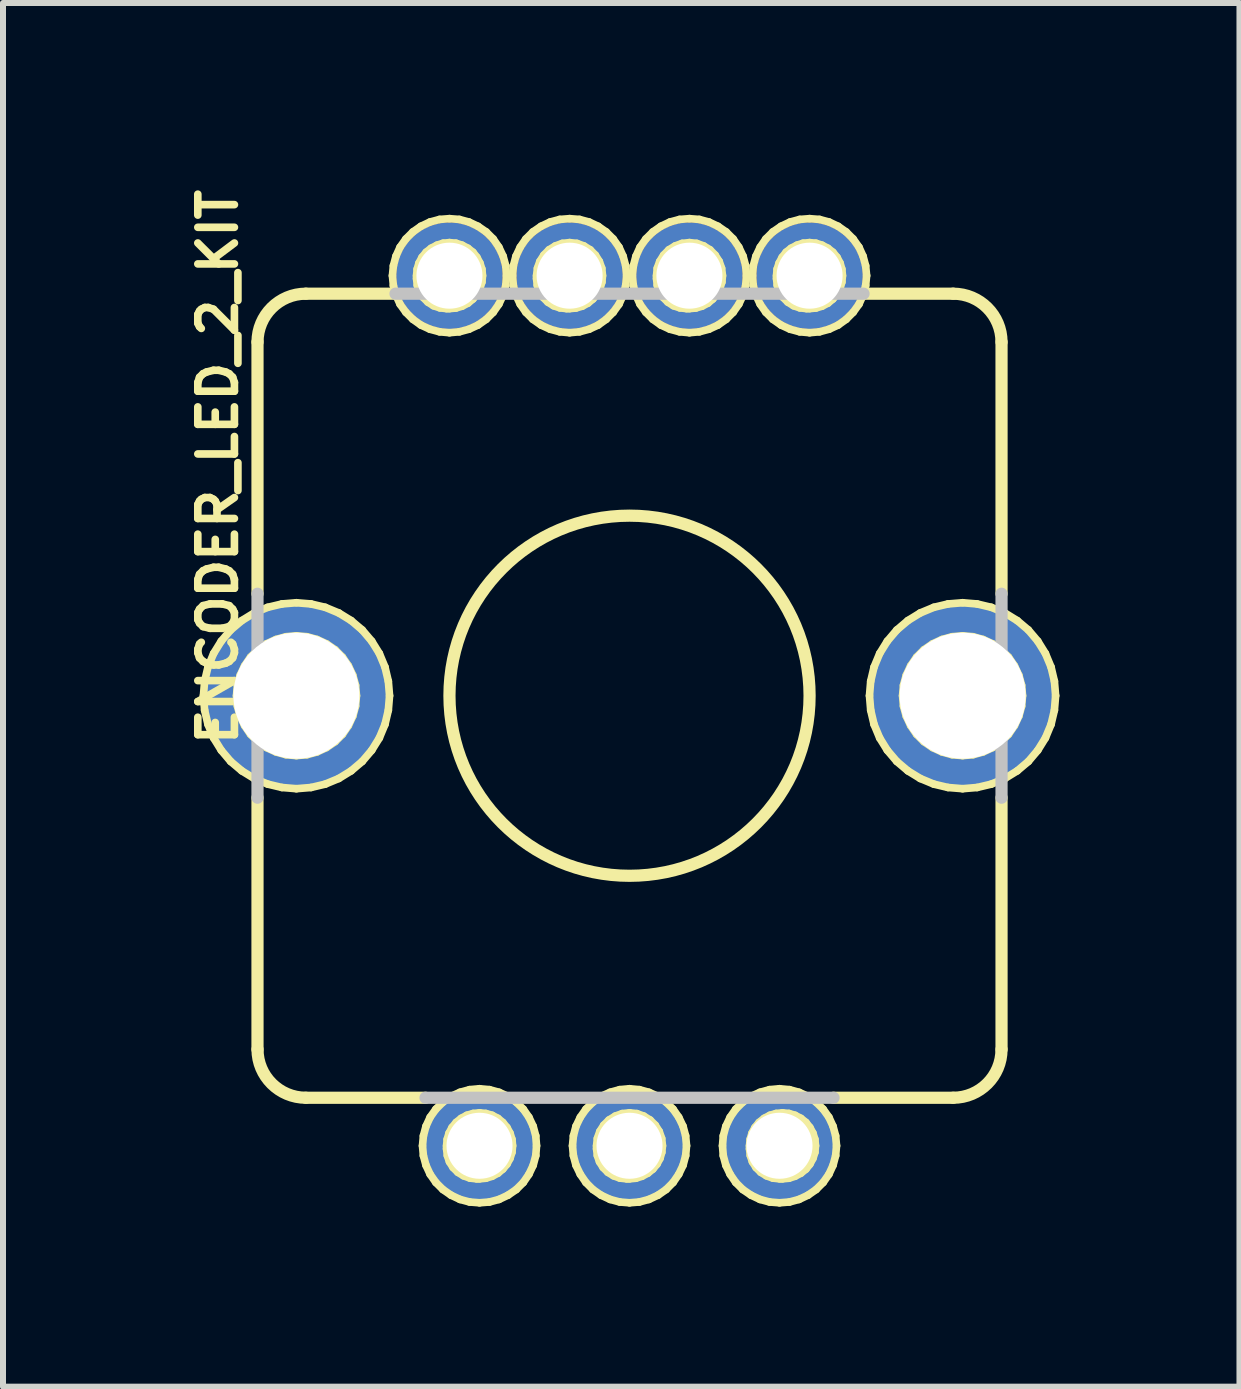
<source format=kicad_pcb>
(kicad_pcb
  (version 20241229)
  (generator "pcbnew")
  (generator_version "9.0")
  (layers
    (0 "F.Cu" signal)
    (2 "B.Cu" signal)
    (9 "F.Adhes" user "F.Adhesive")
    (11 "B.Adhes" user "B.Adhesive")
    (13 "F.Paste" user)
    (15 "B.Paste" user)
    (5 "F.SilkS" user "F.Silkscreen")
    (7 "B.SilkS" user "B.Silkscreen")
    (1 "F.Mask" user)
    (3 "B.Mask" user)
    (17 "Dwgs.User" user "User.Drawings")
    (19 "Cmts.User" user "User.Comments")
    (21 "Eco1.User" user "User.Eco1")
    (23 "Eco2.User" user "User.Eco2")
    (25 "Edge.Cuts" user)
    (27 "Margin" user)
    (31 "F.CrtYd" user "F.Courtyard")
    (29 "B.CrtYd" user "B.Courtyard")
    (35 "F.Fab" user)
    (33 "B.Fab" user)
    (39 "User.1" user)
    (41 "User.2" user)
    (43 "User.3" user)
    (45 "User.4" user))
  (footprint "ENCODER_LED_2_KIT"
    (layer "F.Cu")
    (at 7.438 8.541)
    (property "Reference" "ENCODER_LED_2_KIT" (at -6.858 -3.81 90) (layer "F.SilkS") (effects (font (size 0.61 0.61) (thickness 0.127))))
    (attr exclude_from_pos_files exclude_from_bom)
    (fp_line (start -7.099 0) (end -7.079 -0.241) (stroke (width 0.127) (type solid)) (layer "F.SilkS"))
    (fp_line (start -7.079 -0.241) (end -7.023 -0.478) (stroke (width 0.127) (type solid)) (layer "F.SilkS"))
    (fp_line (start -7.079 0.241) (end -7.099 0) (stroke (width 0.127) (type solid)) (layer "F.SilkS"))
    (fp_line (start -7.023 -0.478) (end -6.929 -0.704) (stroke (width 0.127) (type solid)) (layer "F.SilkS"))
    (fp_line (start -7.023 0.478) (end -7.079 0.241) (stroke (width 0.127) (type solid)) (layer "F.SilkS"))
    (fp_line (start -6.929 -0.704) (end -6.802 -0.909) (stroke (width 0.127) (type solid)) (layer "F.SilkS"))
    (fp_line (start -6.929 0.704) (end -7.023 0.478) (stroke (width 0.127) (type solid)) (layer "F.SilkS"))
    (fp_line (start -6.802 -0.909) (end -6.645 -1.095) (stroke (width 0.127) (type solid)) (layer "F.SilkS"))
    (fp_line (start -6.802 0.909) (end -6.929 0.704) (stroke (width 0.127) (type solid)) (layer "F.SilkS"))
    (fp_line (start -6.645 -1.095) (end -6.459 -1.252) (stroke (width 0.127) (type solid)) (layer "F.SilkS"))
    (fp_line (start -6.645 1.095) (end -6.802 0.909) (stroke (width 0.127) (type solid)) (layer "F.SilkS"))
    (fp_line (start -6.548 0) (end -6.533 0.173) (stroke (width 0.127) (type solid)) (layer "F.SilkS"))
    (fp_line (start -6.533 -0.173) (end -6.548 0) (stroke (width 0.127) (type solid)) (layer "F.SilkS"))
    (fp_line (start -6.533 0.173) (end -6.487 0.34) (stroke (width 0.127) (type solid)) (layer "F.SilkS"))
    (fp_line (start -6.487 -0.34) (end -6.533 -0.173) (stroke (width 0.127) (type solid)) (layer "F.SilkS"))
    (fp_line (start -6.487 0.34) (end -6.413 0.498) (stroke (width 0.127) (type solid)) (layer "F.SilkS"))
    (fp_line (start -6.459 -1.252) (end -6.253 -1.379) (stroke (width 0.127) (type solid)) (layer "F.SilkS"))
    (fp_line (start -6.459 1.252) (end -6.645 1.095) (stroke (width 0.127) (type solid)) (layer "F.SilkS"))
    (fp_line (start -6.413 -0.498) (end -6.487 -0.34) (stroke (width 0.127) (type solid)) (layer "F.SilkS"))
    (fp_line (start -6.413 0.498) (end -6.314 0.643) (stroke (width 0.127) (type solid)) (layer "F.SilkS"))
    (fp_line (start -6.314 -0.643) (end -6.413 -0.498) (stroke (width 0.127) (type solid)) (layer "F.SilkS"))
    (fp_line (start -6.314 0.643) (end -6.193 0.765) (stroke (width 0.127) (type solid)) (layer "F.SilkS"))
    (fp_line (start -6.253 -1.379) (end -6.027 -1.473) (stroke (width 0.127) (type solid)) (layer "F.SilkS"))
    (fp_line (start -6.253 1.379) (end -6.459 1.252) (stroke (width 0.127) (type solid)) (layer "F.SilkS"))
    (fp_line (start -6.198 -1.699) (end -6.198 -5.893) (stroke (width 0.203) (type solid)) (layer "F.SilkS"))
    (fp_line (start -6.198 1.699) (end -6.198 5.893) (stroke (width 0.203) (type solid)) (layer "F.SilkS"))
    (fp_line (start -6.193 -0.765) (end -6.314 -0.643) (stroke (width 0.127) (type solid)) (layer "F.SilkS"))
    (fp_line (start -6.193 0.765) (end -6.048 0.864) (stroke (width 0.127) (type solid)) (layer "F.SilkS"))
    (fp_line (start -6.048 -0.864) (end -6.193 -0.765) (stroke (width 0.127) (type solid)) (layer "F.SilkS"))
    (fp_line (start -6.048 0.864) (end -5.89 0.937) (stroke (width 0.127) (type solid)) (layer "F.SilkS"))
    (fp_line (start -6.027 -1.473) (end -5.791 -1.529) (stroke (width 0.127) (type solid)) (layer "F.SilkS"))
    (fp_line (start -6.027 1.473) (end -6.253 1.379) (stroke (width 0.127) (type solid)) (layer "F.SilkS"))
    (fp_line (start -5.89 -0.937) (end -6.048 -0.864) (stroke (width 0.127) (type solid)) (layer "F.SilkS"))
    (fp_line (start -5.89 0.937) (end -5.723 0.983) (stroke (width 0.127) (type solid)) (layer "F.SilkS"))
    (fp_line (start -5.791 -1.529) (end -5.55 -1.549) (stroke (width 0.127) (type solid)) (layer "F.SilkS"))
    (fp_line (start -5.791 1.529) (end -6.027 1.473) (stroke (width 0.127) (type solid)) (layer "F.SilkS"))
    (fp_line (start -5.723 -0.983) (end -5.89 -0.937) (stroke (width 0.127) (type solid)) (layer "F.SilkS"))
    (fp_line (start -5.723 0.983) (end -5.55 0.998) (stroke (width 0.127) (type solid)) (layer "F.SilkS"))
    (fp_line (start -5.55 -1.549) (end -5.306 -1.529) (stroke (width 0.127) (type solid)) (layer "F.SilkS"))
    (fp_line (start -5.55 -0.998) (end -5.723 -0.983) (stroke (width 0.127) (type solid)) (layer "F.SilkS"))
    (fp_line (start -5.55 0.998) (end -5.375 0.983) (stroke (width 0.127) (type solid)) (layer "F.SilkS"))
    (fp_line (start -5.55 1.549) (end -5.791 1.529) (stroke (width 0.127) (type solid)) (layer "F.SilkS"))
    (fp_line (start -5.392 -6.698) (end -3.899 -6.698) (stroke (width 0.203) (type solid)) (layer "F.SilkS"))
    (fp_line (start -5.392 6.698) (end -3.399 6.698) (stroke (width 0.203) (type solid)) (layer "F.SilkS"))
    (fp_line (start -5.375 -0.983) (end -5.55 -0.998) (stroke (width 0.127) (type solid)) (layer "F.SilkS"))
    (fp_line (start -5.375 0.983) (end -5.207 0.937) (stroke (width 0.127) (type solid)) (layer "F.SilkS"))
    (fp_line (start -5.306 -1.529) (end -5.07 -1.473) (stroke (width 0.127) (type solid)) (layer "F.SilkS"))
    (fp_line (start -5.306 1.529) (end -5.55 1.549) (stroke (width 0.127) (type solid)) (layer "F.SilkS"))
    (fp_line (start -5.207 -0.937) (end -5.375 -0.983) (stroke (width 0.127) (type solid)) (layer "F.SilkS"))
    (fp_line (start -5.207 0.937) (end -5.05 0.864) (stroke (width 0.127) (type solid)) (layer "F.SilkS"))
    (fp_line (start -5.07 -1.473) (end -4.844 -1.379) (stroke (width 0.127) (type solid)) (layer "F.SilkS"))
    (fp_line (start -5.07 1.473) (end -5.306 1.529) (stroke (width 0.127) (type solid)) (layer "F.SilkS"))
    (fp_line (start -5.05 -0.864) (end -5.207 -0.937) (stroke (width 0.127) (type solid)) (layer "F.SilkS"))
    (fp_line (start -5.05 0.864) (end -4.905 0.765) (stroke (width 0.127) (type solid)) (layer "F.SilkS"))
    (fp_line (start -4.905 -0.765) (end -5.05 -0.864) (stroke (width 0.127) (type solid)) (layer "F.SilkS"))
    (fp_line (start -4.905 0.765) (end -4.783 0.643) (stroke (width 0.127) (type solid)) (layer "F.SilkS"))
    (fp_line (start -4.844 -1.379) (end -4.638 -1.252) (stroke (width 0.127) (type solid)) (layer "F.SilkS"))
    (fp_line (start -4.844 1.379) (end -5.07 1.473) (stroke (width 0.127) (type solid)) (layer "F.SilkS"))
    (fp_line (start -4.783 -0.643) (end -4.905 -0.765) (stroke (width 0.127) (type solid)) (layer "F.SilkS"))
    (fp_line (start -4.783 0.643) (end -4.684 0.498) (stroke (width 0.127) (type solid)) (layer "F.SilkS"))
    (fp_line (start -4.684 -0.498) (end -4.783 -0.643) (stroke (width 0.127) (type solid)) (layer "F.SilkS"))
    (fp_line (start -4.684 0.498) (end -4.61 0.34) (stroke (width 0.127) (type solid)) (layer "F.SilkS"))
    (fp_line (start -4.638 -1.252) (end -4.453 -1.095) (stroke (width 0.127) (type solid)) (layer "F.SilkS"))
    (fp_line (start -4.638 1.252) (end -4.844 1.379) (stroke (width 0.127) (type solid)) (layer "F.SilkS"))
    (fp_line (start -4.61 -0.34) (end -4.684 -0.498) (stroke (width 0.127) (type solid)) (layer "F.SilkS"))
    (fp_line (start -4.61 0.34) (end -4.564 0.173) (stroke (width 0.127) (type solid)) (layer "F.SilkS"))
    (fp_line (start -4.564 -0.173) (end -4.61 -0.34) (stroke (width 0.127) (type solid)) (layer "F.SilkS"))
    (fp_line (start -4.564 0.173) (end -4.549 0) (stroke (width 0.127) (type solid)) (layer "F.SilkS"))
    (fp_line (start -4.549 0) (end -4.564 -0.173) (stroke (width 0.127) (type solid)) (layer "F.SilkS"))
    (fp_line (start -4.453 -1.095) (end -4.295 -0.909) (stroke (width 0.127) (type solid)) (layer "F.SilkS"))
    (fp_line (start -4.453 1.095) (end -4.638 1.252) (stroke (width 0.127) (type solid)) (layer "F.SilkS"))
    (fp_line (start -4.295 -0.909) (end -4.168 -0.704) (stroke (width 0.127) (type solid)) (layer "F.SilkS"))
    (fp_line (start -4.295 0.909) (end -4.453 1.095) (stroke (width 0.127) (type solid)) (layer "F.SilkS"))
    (fp_line (start -4.168 -0.704) (end -4.074 -0.478) (stroke (width 0.127) (type solid)) (layer "F.SilkS"))
    (fp_line (start -4.168 0.704) (end -4.295 0.909) (stroke (width 0.127) (type solid)) (layer "F.SilkS"))
    (fp_line (start -4.074 -0.478) (end -4.018 -0.241) (stroke (width 0.127) (type solid)) (layer "F.SilkS"))
    (fp_line (start -4.074 0.478) (end -4.168 0.704) (stroke (width 0.127) (type solid)) (layer "F.SilkS"))
    (fp_line (start -4.018 -0.241) (end -3.998 0) (stroke (width 0.127) (type solid)) (layer "F.SilkS"))
    (fp_line (start -4.018 0.241) (end -4.074 0.478) (stroke (width 0.127) (type solid)) (layer "F.SilkS"))
    (fp_line (start -3.998 0) (end -4.018 0.241) (stroke (width 0.127) (type solid)) (layer "F.SilkS"))
    (fp_line (start -3.95 -6.998) (end -3.934 -6.833) (stroke (width 0.127) (type solid)) (layer "F.SilkS"))
    (fp_line (start -3.934 -7.163) (end -3.95 -6.998) (stroke (width 0.127) (type solid)) (layer "F.SilkS"))
    (fp_line (start -3.934 -6.833) (end -3.891 -6.673) (stroke (width 0.127) (type solid)) (layer "F.SilkS"))
    (fp_line (start -3.891 -7.323) (end -3.934 -7.163) (stroke (width 0.127) (type solid)) (layer "F.SilkS"))
    (fp_line (start -3.891 -6.673) (end -3.823 -6.523) (stroke (width 0.127) (type solid)) (layer "F.SilkS"))
    (fp_line (start -3.823 -7.473) (end -3.891 -7.323) (stroke (width 0.127) (type solid)) (layer "F.SilkS"))
    (fp_line (start -3.823 -6.523) (end -3.726 -6.388) (stroke (width 0.127) (type solid)) (layer "F.SilkS"))
    (fp_line (start -3.726 -7.61) (end -3.823 -7.473) (stroke (width 0.127) (type solid)) (layer "F.SilkS"))
    (fp_line (start -3.726 -6.388) (end -3.609 -6.271) (stroke (width 0.127) (type solid)) (layer "F.SilkS"))
    (fp_line (start -3.609 -7.727) (end -3.726 -7.61) (stroke (width 0.127) (type solid)) (layer "F.SilkS"))
    (fp_line (start -3.609 -6.271) (end -3.475 -6.175) (stroke (width 0.127) (type solid)) (layer "F.SilkS"))
    (fp_line (start -3.548 -6.998) (end -3.548 -6.949) (stroke (width 0.127) (type solid)) (layer "F.SilkS"))
    (fp_line (start -3.548 -6.949) (end -3.536 -6.838) (stroke (width 0.127) (type solid)) (layer "F.SilkS"))
    (fp_line (start -3.538 -7.107) (end -3.548 -6.998) (stroke (width 0.127) (type solid)) (layer "F.SilkS"))
    (fp_line (start -3.536 -6.838) (end -3.5 -6.731) (stroke (width 0.127) (type solid)) (layer "F.SilkS"))
    (fp_line (start -3.508 -7.209) (end -3.538 -7.107) (stroke (width 0.127) (type solid)) (layer "F.SilkS"))
    (fp_line (start -3.5 -6.731) (end -3.439 -6.637) (stroke (width 0.127) (type solid)) (layer "F.SilkS"))
    (fp_line (start -3.475 -7.821) (end -3.609 -7.727) (stroke (width 0.127) (type solid)) (layer "F.SilkS"))
    (fp_line (start -3.475 -6.175) (end -3.325 -6.106) (stroke (width 0.127) (type solid)) (layer "F.SilkS"))
    (fp_line (start -3.457 -7.305) (end -3.508 -7.209) (stroke (width 0.127) (type solid)) (layer "F.SilkS"))
    (fp_line (start -3.449 7.498) (end -3.434 7.663) (stroke (width 0.127) (type solid)) (layer "F.SilkS"))
    (fp_line (start -3.439 -6.637) (end -3.36 -6.558) (stroke (width 0.127) (type solid)) (layer "F.SilkS"))
    (fp_line (start -3.434 7.333) (end -3.449 7.498) (stroke (width 0.127) (type solid)) (layer "F.SilkS"))
    (fp_line (start -3.434 7.663) (end -3.391 7.823) (stroke (width 0.127) (type solid)) (layer "F.SilkS"))
    (fp_line (start -3.391 7.173) (end -3.434 7.333) (stroke (width 0.127) (type solid)) (layer "F.SilkS"))
    (fp_line (start -3.391 7.823) (end -3.322 7.973) (stroke (width 0.127) (type solid)) (layer "F.SilkS"))
    (fp_line (start -3.388 -7.389) (end -3.457 -7.305) (stroke (width 0.127) (type solid)) (layer "F.SilkS"))
    (fp_line (start -3.36 -6.558) (end -3.266 -6.497) (stroke (width 0.127) (type solid)) (layer "F.SilkS"))
    (fp_line (start -3.325 -7.892) (end -3.475 -7.821) (stroke (width 0.127) (type solid)) (layer "F.SilkS"))
    (fp_line (start -3.325 -6.106) (end -3.165 -6.063) (stroke (width 0.127) (type solid)) (layer "F.SilkS"))
    (fp_line (start -3.322 7.023) (end -3.391 7.173) (stroke (width 0.127) (type solid)) (layer "F.SilkS"))
    (fp_line (start -3.322 7.973) (end -3.226 8.11) (stroke (width 0.127) (type solid)) (layer "F.SilkS"))
    (fp_line (start -3.305 -7.455) (end -3.388 -7.389) (stroke (width 0.127) (type solid)) (layer "F.SilkS"))
    (fp_line (start -3.266 -6.497) (end -3.16 -6.462) (stroke (width 0.127) (type solid)) (layer "F.SilkS"))
    (fp_line (start -3.226 6.888) (end -3.322 7.023) (stroke (width 0.127) (type solid)) (layer "F.SilkS"))
    (fp_line (start -3.226 8.11) (end -3.109 8.227) (stroke (width 0.127) (type solid)) (layer "F.SilkS"))
    (fp_line (start -3.208 -7.506) (end -3.305 -7.455) (stroke (width 0.127) (type solid)) (layer "F.SilkS"))
    (fp_line (start -3.165 -7.935) (end -3.325 -7.892) (stroke (width 0.127) (type solid)) (layer "F.SilkS"))
    (fp_line (start -3.165 -6.063) (end -3 -6.048) (stroke (width 0.127) (type solid)) (layer "F.SilkS"))
    (fp_line (start -3.16 -6.462) (end -3.048 -6.449) (stroke (width 0.127) (type solid)) (layer "F.SilkS"))
    (fp_line (start -3.109 6.772) (end -3.226 6.888) (stroke (width 0.127) (type solid)) (layer "F.SilkS"))
    (fp_line (start -3.109 8.227) (end -2.974 8.321) (stroke (width 0.127) (type solid)) (layer "F.SilkS"))
    (fp_line (start -3.106 -7.539) (end -3.208 -7.506) (stroke (width 0.127) (type solid)) (layer "F.SilkS"))
    (fp_line (start -3.048 -6.449) (end -3 -6.449) (stroke (width 0.127) (type solid)) (layer "F.SilkS"))
    (fp_line (start -3.048 7.498) (end -3.048 7.549) (stroke (width 0.127) (type solid)) (layer "F.SilkS"))
    (fp_line (start -3.048 7.549) (end -3.035 7.661) (stroke (width 0.127) (type solid)) (layer "F.SilkS"))
    (fp_line (start -3.038 7.391) (end -3.048 7.498) (stroke (width 0.127) (type solid)) (layer "F.SilkS"))
    (fp_line (start -3.035 7.661) (end -3 7.765) (stroke (width 0.127) (type solid)) (layer "F.SilkS"))
    (fp_line (start -3.007 7.287) (end -3.038 7.391) (stroke (width 0.127) (type solid)) (layer "F.SilkS"))
    (fp_line (start -3 -7.948) (end -3.165 -7.935) (stroke (width 0.127) (type solid)) (layer "F.SilkS"))
    (fp_line (start -3 -7.549) (end -3.106 -7.539) (stroke (width 0.127) (type solid)) (layer "F.SilkS"))
    (fp_line (start -3 -6.449) (end -2.891 -6.459) (stroke (width 0.127) (type solid)) (layer "F.SilkS"))
    (fp_line (start -3 -6.048) (end -2.835 -6.063) (stroke (width 0.127) (type solid)) (layer "F.SilkS"))
    (fp_line (start -3 7.765) (end -2.939 7.861) (stroke (width 0.127) (type solid)) (layer "F.SilkS"))
    (fp_line (start -2.974 6.675) (end -3.109 6.772) (stroke (width 0.127) (type solid)) (layer "F.SilkS"))
    (fp_line (start -2.974 8.321) (end -2.824 8.392) (stroke (width 0.127) (type solid)) (layer "F.SilkS"))
    (fp_line (start -2.957 7.193) (end -3.007 7.287) (stroke (width 0.127) (type solid)) (layer "F.SilkS"))
    (fp_line (start -2.939 7.861) (end -2.86 7.94) (stroke (width 0.127) (type solid)) (layer "F.SilkS"))
    (fp_line (start -2.891 -7.539) (end -3 -7.549) (stroke (width 0.127) (type solid)) (layer "F.SilkS"))
    (fp_line (start -2.891 -6.459) (end -2.789 -6.49) (stroke (width 0.127) (type solid)) (layer "F.SilkS"))
    (fp_line (start -2.888 7.109) (end -2.957 7.193) (stroke (width 0.127) (type solid)) (layer "F.SilkS"))
    (fp_line (start -2.86 7.94) (end -2.766 7.998) (stroke (width 0.127) (type solid)) (layer "F.SilkS"))
    (fp_line (start -2.835 -7.935) (end -3 -7.948) (stroke (width 0.127) (type solid)) (layer "F.SilkS"))
    (fp_line (start -2.835 -6.063) (end -2.675 -6.106) (stroke (width 0.127) (type solid)) (layer "F.SilkS"))
    (fp_line (start -2.824 6.607) (end -2.974 6.675) (stroke (width 0.127) (type solid)) (layer "F.SilkS"))
    (fp_line (start -2.824 8.392) (end -2.664 8.435) (stroke (width 0.127) (type solid)) (layer "F.SilkS"))
    (fp_line (start -2.804 7.041) (end -2.888 7.109) (stroke (width 0.127) (type solid)) (layer "F.SilkS"))
    (fp_line (start -2.789 -7.506) (end -2.891 -7.539) (stroke (width 0.127) (type solid)) (layer "F.SilkS"))
    (fp_line (start -2.789 -6.49) (end -2.692 -6.54) (stroke (width 0.127) (type solid)) (layer "F.SilkS"))
    (fp_line (start -2.766 7.998) (end -2.659 8.037) (stroke (width 0.127) (type solid)) (layer "F.SilkS"))
    (fp_line (start -2.71 6.99) (end -2.804 7.041) (stroke (width 0.127) (type solid)) (layer "F.SilkS"))
    (fp_line (start -2.692 -7.455) (end -2.789 -7.506) (stroke (width 0.127) (type solid)) (layer "F.SilkS"))
    (fp_line (start -2.692 -6.54) (end -2.609 -6.609) (stroke (width 0.127) (type solid)) (layer "F.SilkS"))
    (fp_line (start -2.675 -7.892) (end -2.835 -7.935) (stroke (width 0.127) (type solid)) (layer "F.SilkS"))
    (fp_line (start -2.675 -6.106) (end -2.525 -6.175) (stroke (width 0.127) (type solid)) (layer "F.SilkS"))
    (fp_line (start -2.664 6.563) (end -2.824 6.607) (stroke (width 0.127) (type solid)) (layer "F.SilkS"))
    (fp_line (start -2.664 8.435) (end -2.499 8.448) (stroke (width 0.127) (type solid)) (layer "F.SilkS"))
    (fp_line (start -2.659 8.037) (end -2.548 8.049) (stroke (width 0.127) (type solid)) (layer "F.SilkS"))
    (fp_line (start -2.609 -7.389) (end -2.692 -7.455) (stroke (width 0.127) (type solid)) (layer "F.SilkS"))
    (fp_line (start -2.609 -6.609) (end -2.543 -6.693) (stroke (width 0.127) (type solid)) (layer "F.SilkS"))
    (fp_line (start -2.606 6.96) (end -2.71 6.99) (stroke (width 0.127) (type solid)) (layer "F.SilkS"))
    (fp_line (start -2.548 8.049) (end -2.499 8.049) (stroke (width 0.127) (type solid)) (layer "F.SilkS"))
    (fp_line (start -2.543 -7.305) (end -2.609 -7.389) (stroke (width 0.127) (type solid)) (layer "F.SilkS"))
    (fp_line (start -2.543 -6.693) (end -2.492 -6.789) (stroke (width 0.127) (type solid)) (layer "F.SilkS"))
    (fp_line (start -2.525 -7.821) (end -2.675 -7.892) (stroke (width 0.127) (type solid)) (layer "F.SilkS"))
    (fp_line (start -2.525 -6.175) (end -2.388 -6.271) (stroke (width 0.127) (type solid)) (layer "F.SilkS"))
    (fp_line (start -2.499 6.548) (end -2.664 6.563) (stroke (width 0.127) (type solid)) (layer "F.SilkS"))
    (fp_line (start -2.499 6.949) (end -2.606 6.96) (stroke (width 0.127) (type solid)) (layer "F.SilkS"))
    (fp_line (start -2.499 8.049) (end -2.393 8.039) (stroke (width 0.127) (type solid)) (layer "F.SilkS"))
    (fp_line (start -2.499 8.448) (end -2.334 8.435) (stroke (width 0.127) (type solid)) (layer "F.SilkS"))
    (fp_line (start -2.492 -7.209) (end -2.543 -7.305) (stroke (width 0.127) (type solid)) (layer "F.SilkS"))
    (fp_line (start -2.492 -6.789) (end -2.459 -6.891) (stroke (width 0.127) (type solid)) (layer "F.SilkS"))
    (fp_line (start -2.459 -7.107) (end -2.492 -7.209) (stroke (width 0.127) (type solid)) (layer "F.SilkS"))
    (fp_line (start -2.459 -6.891) (end -2.449 -6.998) (stroke (width 0.127) (type solid)) (layer "F.SilkS"))
    (fp_line (start -2.449 -6.998) (end -2.459 -7.107) (stroke (width 0.127) (type solid)) (layer "F.SilkS"))
    (fp_line (start -2.393 6.96) (end -2.499 6.949) (stroke (width 0.127) (type solid)) (layer "F.SilkS"))
    (fp_line (start -2.393 8.039) (end -2.289 8.006) (stroke (width 0.127) (type solid)) (layer "F.SilkS"))
    (fp_line (start -2.388 -7.727) (end -2.525 -7.821) (stroke (width 0.127) (type solid)) (layer "F.SilkS"))
    (fp_line (start -2.388 -6.271) (end -2.271 -6.388) (stroke (width 0.127) (type solid)) (layer "F.SilkS"))
    (fp_line (start -2.334 6.563) (end -2.499 6.548) (stroke (width 0.127) (type solid)) (layer "F.SilkS"))
    (fp_line (start -2.334 8.435) (end -2.174 8.392) (stroke (width 0.127) (type solid)) (layer "F.SilkS"))
    (fp_line (start -2.289 6.99) (end -2.393 6.96) (stroke (width 0.127) (type solid)) (layer "F.SilkS"))
    (fp_line (start -2.289 8.006) (end -2.192 7.955) (stroke (width 0.127) (type solid)) (layer "F.SilkS"))
    (fp_line (start -2.271 -7.61) (end -2.388 -7.727) (stroke (width 0.127) (type solid)) (layer "F.SilkS"))
    (fp_line (start -2.271 -6.388) (end -2.177 -6.523) (stroke (width 0.127) (type solid)) (layer "F.SilkS"))
    (fp_line (start -2.192 7.041) (end -2.289 6.99) (stroke (width 0.127) (type solid)) (layer "F.SilkS"))
    (fp_line (start -2.192 7.955) (end -2.111 7.887) (stroke (width 0.127) (type solid)) (layer "F.SilkS"))
    (fp_line (start -2.177 -7.473) (end -2.271 -7.61) (stroke (width 0.127) (type solid)) (layer "F.SilkS"))
    (fp_line (start -2.177 -6.523) (end -2.106 -6.673) (stroke (width 0.127) (type solid)) (layer "F.SilkS"))
    (fp_line (start -2.174 6.607) (end -2.334 6.563) (stroke (width 0.127) (type solid)) (layer "F.SilkS"))
    (fp_line (start -2.174 8.392) (end -2.024 8.321) (stroke (width 0.127) (type solid)) (layer "F.SilkS"))
    (fp_line (start -2.111 7.109) (end -2.192 7.041) (stroke (width 0.127) (type solid)) (layer "F.SilkS"))
    (fp_line (start -2.111 7.887) (end -2.042 7.805) (stroke (width 0.127) (type solid)) (layer "F.SilkS"))
    (fp_line (start -2.106 -7.323) (end -2.177 -7.473) (stroke (width 0.127) (type solid)) (layer "F.SilkS"))
    (fp_line (start -2.106 -6.673) (end -2.062 -6.833) (stroke (width 0.127) (type solid)) (layer "F.SilkS"))
    (fp_line (start -2.062 -7.163) (end -2.106 -7.323) (stroke (width 0.127) (type solid)) (layer "F.SilkS"))
    (fp_line (start -2.062 -6.833) (end -2.05 -6.998) (stroke (width 0.127) (type solid)) (layer "F.SilkS"))
    (fp_line (start -2.05 -6.998) (end -2.062 -7.163) (stroke (width 0.127) (type solid)) (layer "F.SilkS"))
    (fp_line (start -2.042 7.193) (end -2.111 7.109) (stroke (width 0.127) (type solid)) (layer "F.SilkS"))
    (fp_line (start -2.042 7.805) (end -1.991 7.709) (stroke (width 0.127) (type solid)) (layer "F.SilkS"))
    (fp_line (start -2.024 6.675) (end -2.174 6.607) (stroke (width 0.127) (type solid)) (layer "F.SilkS"))
    (fp_line (start -2.024 8.321) (end -1.887 8.227) (stroke (width 0.127) (type solid)) (layer "F.SilkS"))
    (fp_line (start -1.991 7.287) (end -2.042 7.193) (stroke (width 0.127) (type solid)) (layer "F.SilkS"))
    (fp_line (start -1.991 7.709) (end -1.958 7.607) (stroke (width 0.127) (type solid)) (layer "F.SilkS"))
    (fp_line (start -1.958 7.391) (end -1.991 7.287) (stroke (width 0.127) (type solid)) (layer "F.SilkS"))
    (fp_line (start -1.958 7.607) (end -1.948 7.498) (stroke (width 0.127) (type solid)) (layer "F.SilkS"))
    (fp_line (start -1.948 -6.998) (end -1.935 -6.833) (stroke (width 0.127) (type solid)) (layer "F.SilkS"))
    (fp_line (start -1.948 7.498) (end -1.958 7.391) (stroke (width 0.127) (type solid)) (layer "F.SilkS"))
    (fp_line (start -1.935 -7.163) (end -1.948 -6.998) (stroke (width 0.127) (type solid)) (layer "F.SilkS"))
    (fp_line (start -1.935 -6.833) (end -1.892 -6.673) (stroke (width 0.127) (type solid)) (layer "F.SilkS"))
    (fp_line (start -1.892 -7.323) (end -1.935 -7.163) (stroke (width 0.127) (type solid)) (layer "F.SilkS"))
    (fp_line (start -1.892 -6.673) (end -1.821 -6.523) (stroke (width 0.127) (type solid)) (layer "F.SilkS"))
    (fp_line (start -1.887 6.772) (end -2.024 6.675) (stroke (width 0.127) (type solid)) (layer "F.SilkS"))
    (fp_line (start -1.887 8.227) (end -1.77 8.11) (stroke (width 0.127) (type solid)) (layer "F.SilkS"))
    (fp_line (start -1.821 -7.473) (end -1.892 -7.323) (stroke (width 0.127) (type solid)) (layer "F.SilkS"))
    (fp_line (start -1.821 -6.523) (end -1.727 -6.388) (stroke (width 0.127) (type solid)) (layer "F.SilkS"))
    (fp_line (start -1.77 6.888) (end -1.887 6.772) (stroke (width 0.127) (type solid)) (layer "F.SilkS"))
    (fp_line (start -1.77 8.11) (end -1.676 7.973) (stroke (width 0.127) (type solid)) (layer "F.SilkS"))
    (fp_line (start -1.727 -7.61) (end -1.821 -7.473) (stroke (width 0.127) (type solid)) (layer "F.SilkS"))
    (fp_line (start -1.727 -6.388) (end -1.61 -6.271) (stroke (width 0.127) (type solid)) (layer "F.SilkS"))
    (fp_line (start -1.676 7.023) (end -1.77 6.888) (stroke (width 0.127) (type solid)) (layer "F.SilkS"))
    (fp_line (start -1.676 7.973) (end -1.605 7.823) (stroke (width 0.127) (type solid)) (layer "F.SilkS"))
    (fp_line (start -1.61 -7.727) (end -1.727 -7.61) (stroke (width 0.127) (type solid)) (layer "F.SilkS"))
    (fp_line (start -1.61 -6.271) (end -1.473 -6.175) (stroke (width 0.127) (type solid)) (layer "F.SilkS"))
    (fp_line (start -1.605 7.173) (end -1.676 7.023) (stroke (width 0.127) (type solid)) (layer "F.SilkS"))
    (fp_line (start -1.605 7.823) (end -1.562 7.663) (stroke (width 0.127) (type solid)) (layer "F.SilkS"))
    (fp_line (start -1.562 7.333) (end -1.605 7.173) (stroke (width 0.127) (type solid)) (layer "F.SilkS"))
    (fp_line (start -1.562 7.663) (end -1.549 7.498) (stroke (width 0.127) (type solid)) (layer "F.SilkS"))
    (fp_line (start -1.549 -6.998) (end -1.549 -6.949) (stroke (width 0.127) (type solid)) (layer "F.SilkS"))
    (fp_line (start -1.549 -6.949) (end -1.537 -6.838) (stroke (width 0.127) (type solid)) (layer "F.SilkS"))
    (fp_line (start -1.549 7.498) (end -1.562 7.333) (stroke (width 0.127) (type solid)) (layer "F.SilkS"))
    (fp_line (start -1.537 -6.838) (end -1.499 -6.731) (stroke (width 0.127) (type solid)) (layer "F.SilkS"))
    (fp_line (start -1.534 -7.122) (end -1.549 -6.998) (stroke (width 0.127) (type solid)) (layer "F.SilkS"))
    (fp_line (start -1.499 -6.731) (end -1.44 -6.637) (stroke (width 0.127) (type solid)) (layer "F.SilkS"))
    (fp_line (start -1.494 -7.236) (end -1.534 -7.122) (stroke (width 0.127) (type solid)) (layer "F.SilkS"))
    (fp_line (start -1.473 -7.821) (end -1.61 -7.727) (stroke (width 0.127) (type solid)) (layer "F.SilkS"))
    (fp_line (start -1.473 -6.175) (end -1.323 -6.106) (stroke (width 0.127) (type solid)) (layer "F.SilkS"))
    (fp_line (start -1.44 -6.637) (end -1.361 -6.558) (stroke (width 0.127) (type solid)) (layer "F.SilkS"))
    (fp_line (start -1.427 -7.341) (end -1.494 -7.236) (stroke (width 0.127) (type solid)) (layer "F.SilkS"))
    (fp_line (start -1.361 -6.558) (end -1.265 -6.497) (stroke (width 0.127) (type solid)) (layer "F.SilkS"))
    (fp_line (start -1.341 -7.429) (end -1.427 -7.341) (stroke (width 0.127) (type solid)) (layer "F.SilkS"))
    (fp_line (start -1.323 -7.892) (end -1.473 -7.821) (stroke (width 0.127) (type solid)) (layer "F.SilkS"))
    (fp_line (start -1.323 -6.106) (end -1.163 -6.063) (stroke (width 0.127) (type solid)) (layer "F.SilkS"))
    (fp_line (start -1.265 -6.497) (end -1.161 -6.462) (stroke (width 0.127) (type solid)) (layer "F.SilkS"))
    (fp_line (start -1.237 -7.493) (end -1.341 -7.429) (stroke (width 0.127) (type solid)) (layer "F.SilkS"))
    (fp_line (start -1.163 -7.935) (end -1.323 -7.892) (stroke (width 0.127) (type solid)) (layer "F.SilkS"))
    (fp_line (start -1.163 -6.063) (end -0.998 -6.048) (stroke (width 0.127) (type solid)) (layer "F.SilkS"))
    (fp_line (start -1.161 -6.462) (end -1.049 -6.449) (stroke (width 0.127) (type solid)) (layer "F.SilkS"))
    (fp_line (start -1.12 -7.536) (end -1.237 -7.493) (stroke (width 0.127) (type solid)) (layer "F.SilkS"))
    (fp_line (start -1.049 -6.449) (end -0.998 -6.449) (stroke (width 0.127) (type solid)) (layer "F.SilkS"))
    (fp_line (start -0.998 -7.948) (end -1.163 -7.935) (stroke (width 0.127) (type solid)) (layer "F.SilkS"))
    (fp_line (start -0.998 -7.549) (end -1.12 -7.536) (stroke (width 0.127) (type solid)) (layer "F.SilkS"))
    (fp_line (start -0.998 -6.449) (end -0.892 -6.459) (stroke (width 0.127) (type solid)) (layer "F.SilkS"))
    (fp_line (start -0.998 -6.048) (end -0.833 -6.063) (stroke (width 0.127) (type solid)) (layer "F.SilkS"))
    (fp_line (start -0.95 7.498) (end -0.935 7.663) (stroke (width 0.127) (type solid)) (layer "F.SilkS"))
    (fp_line (start -0.935 7.333) (end -0.95 7.498) (stroke (width 0.127) (type solid)) (layer "F.SilkS"))
    (fp_line (start -0.935 7.663) (end -0.892 7.823) (stroke (width 0.127) (type solid)) (layer "F.SilkS"))
    (fp_line (start -0.892 -6.459) (end -0.787 -6.49) (stroke (width 0.127) (type solid)) (layer "F.SilkS"))
    (fp_line (start -0.892 7.173) (end -0.935 7.333) (stroke (width 0.127) (type solid)) (layer "F.SilkS"))
    (fp_line (start -0.892 7.823) (end -0.82 7.973) (stroke (width 0.127) (type solid)) (layer "F.SilkS"))
    (fp_line (start -0.876 -7.536) (end -0.998 -7.549) (stroke (width 0.127) (type solid)) (layer "F.SilkS"))
    (fp_line (start -0.833 -7.935) (end -0.998 -7.948) (stroke (width 0.127) (type solid)) (layer "F.SilkS"))
    (fp_line (start -0.833 -6.063) (end -0.673 -6.106) (stroke (width 0.127) (type solid)) (layer "F.SilkS"))
    (fp_line (start -0.82 7.023) (end -0.892 7.173) (stroke (width 0.127) (type solid)) (layer "F.SilkS"))
    (fp_line (start -0.82 7.973) (end -0.726 8.11) (stroke (width 0.127) (type solid)) (layer "F.SilkS"))
    (fp_line (start -0.787 -6.49) (end -0.693 -6.54) (stroke (width 0.127) (type solid)) (layer "F.SilkS"))
    (fp_line (start -0.759 -7.493) (end -0.876 -7.536) (stroke (width 0.127) (type solid)) (layer "F.SilkS"))
    (fp_line (start -0.726 6.888) (end -0.82 7.023) (stroke (width 0.127) (type solid)) (layer "F.SilkS"))
    (fp_line (start -0.726 8.11) (end -0.61 8.227) (stroke (width 0.127) (type solid)) (layer "F.SilkS"))
    (fp_line (start -0.693 -6.54) (end -0.61 -6.609) (stroke (width 0.127) (type solid)) (layer "F.SilkS"))
    (fp_line (start -0.673 -7.892) (end -0.833 -7.935) (stroke (width 0.127) (type solid)) (layer "F.SilkS"))
    (fp_line (start -0.673 -6.106) (end -0.523 -6.175) (stroke (width 0.127) (type solid)) (layer "F.SilkS"))
    (fp_line (start -0.655 -7.429) (end -0.759 -7.493) (stroke (width 0.127) (type solid)) (layer "F.SilkS"))
    (fp_line (start -0.61 -6.609) (end -0.541 -6.693) (stroke (width 0.127) (type solid)) (layer "F.SilkS"))
    (fp_line (start -0.61 6.772) (end -0.726 6.888) (stroke (width 0.127) (type solid)) (layer "F.SilkS"))
    (fp_line (start -0.61 8.227) (end -0.475 8.321) (stroke (width 0.127) (type solid)) (layer "F.SilkS"))
    (fp_line (start -0.569 -7.341) (end -0.655 -7.429) (stroke (width 0.127) (type solid)) (layer "F.SilkS"))
    (fp_line (start -0.549 7.498) (end -0.549 7.549) (stroke (width 0.127) (type solid)) (layer "F.SilkS"))
    (fp_line (start -0.549 7.549) (end -0.536 7.661) (stroke (width 0.127) (type solid)) (layer "F.SilkS"))
    (fp_line (start -0.541 -6.693) (end -0.49 -6.789) (stroke (width 0.127) (type solid)) (layer "F.SilkS"))
    (fp_line (start -0.536 7.376) (end -0.549 7.498) (stroke (width 0.127) (type solid)) (layer "F.SilkS"))
    (fp_line (start -0.536 7.661) (end -0.5 7.765) (stroke (width 0.127) (type solid)) (layer "F.SilkS"))
    (fp_line (start -0.523 -7.821) (end -0.673 -7.892) (stroke (width 0.127) (type solid)) (layer "F.SilkS"))
    (fp_line (start -0.523 -6.175) (end -0.389 -6.271) (stroke (width 0.127) (type solid)) (layer "F.SilkS"))
    (fp_line (start -0.503 -7.236) (end -0.569 -7.341) (stroke (width 0.127) (type solid)) (layer "F.SilkS"))
    (fp_line (start -0.5 7.765) (end -0.439 7.861) (stroke (width 0.127) (type solid)) (layer "F.SilkS"))
    (fp_line (start -0.495 7.259) (end -0.536 7.376) (stroke (width 0.127) (type solid)) (layer "F.SilkS"))
    (fp_line (start -0.49 -6.789) (end -0.46 -6.891) (stroke (width 0.127) (type solid)) (layer "F.SilkS"))
    (fp_line (start -0.475 6.675) (end -0.61 6.772) (stroke (width 0.127) (type solid)) (layer "F.SilkS"))
    (fp_line (start -0.475 8.321) (end -0.323 8.392) (stroke (width 0.127) (type solid)) (layer "F.SilkS"))
    (fp_line (start -0.462 -7.122) (end -0.503 -7.236) (stroke (width 0.127) (type solid)) (layer "F.SilkS"))
    (fp_line (start -0.46 -6.891) (end -0.45 -6.998) (stroke (width 0.127) (type solid)) (layer "F.SilkS"))
    (fp_line (start -0.45 -6.998) (end -0.462 -7.122) (stroke (width 0.127) (type solid)) (layer "F.SilkS"))
    (fp_line (start -0.439 7.861) (end -0.361 7.94) (stroke (width 0.127) (type solid)) (layer "F.SilkS"))
    (fp_line (start -0.429 7.155) (end -0.495 7.259) (stroke (width 0.127) (type solid)) (layer "F.SilkS"))
    (fp_line (start -0.389 -7.727) (end -0.523 -7.821) (stroke (width 0.127) (type solid)) (layer "F.SilkS"))
    (fp_line (start -0.389 -6.271) (end -0.272 -6.388) (stroke (width 0.127) (type solid)) (layer "F.SilkS"))
    (fp_line (start -0.361 7.94) (end -0.267 7.998) (stroke (width 0.127) (type solid)) (layer "F.SilkS"))
    (fp_line (start -0.343 7.069) (end -0.429 7.155) (stroke (width 0.127) (type solid)) (layer "F.SilkS"))
    (fp_line (start -0.323 6.607) (end -0.475 6.675) (stroke (width 0.127) (type solid)) (layer "F.SilkS"))
    (fp_line (start -0.323 8.392) (end -0.163 8.435) (stroke (width 0.127) (type solid)) (layer "F.SilkS"))
    (fp_line (start -0.272 -7.61) (end -0.389 -7.727) (stroke (width 0.127) (type solid)) (layer "F.SilkS"))
    (fp_line (start -0.272 -6.388) (end -0.175 -6.523) (stroke (width 0.127) (type solid)) (layer "F.SilkS"))
    (fp_line (start -0.267 7.998) (end -0.16 8.037) (stroke (width 0.127) (type solid)) (layer "F.SilkS"))
    (fp_line (start -0.236 7.003) (end -0.343 7.069) (stroke (width 0.127) (type solid)) (layer "F.SilkS"))
    (fp_line (start -0.175 -7.473) (end -0.272 -7.61) (stroke (width 0.127) (type solid)) (layer "F.SilkS"))
    (fp_line (start -0.175 -6.523) (end -0.107 -6.673) (stroke (width 0.127) (type solid)) (layer "F.SilkS"))
    (fp_line (start -0.163 6.563) (end -0.323 6.607) (stroke (width 0.127) (type solid)) (layer "F.SilkS"))
    (fp_line (start -0.163 8.435) (end 0 8.448) (stroke (width 0.127) (type solid)) (layer "F.SilkS"))
    (fp_line (start -0.16 8.037) (end -0.048 8.049) (stroke (width 0.127) (type solid)) (layer "F.SilkS"))
    (fp_line (start -0.122 6.962) (end -0.236 7.003) (stroke (width 0.127) (type solid)) (layer "F.SilkS"))
    (fp_line (start -0.107 -7.323) (end -0.175 -7.473) (stroke (width 0.127) (type solid)) (layer "F.SilkS"))
    (fp_line (start -0.107 -6.673) (end -0.064 -6.833) (stroke (width 0.127) (type solid)) (layer "F.SilkS"))
    (fp_line (start -0.064 -7.163) (end -0.107 -7.323) (stroke (width 0.127) (type solid)) (layer "F.SilkS"))
    (fp_line (start -0.064 -6.833) (end -0.048 -6.998) (stroke (width 0.127) (type solid)) (layer "F.SilkS"))
    (fp_line (start -0.048 -6.998) (end -0.064 -7.163) (stroke (width 0.127) (type solid)) (layer "F.SilkS"))
    (fp_line (start -0.048 8.049) (end 0 8.049) (stroke (width 0.127) (type solid)) (layer "F.SilkS"))
    (fp_line (start 0 6.548) (end -0.163 6.563) (stroke (width 0.127) (type solid)) (layer "F.SilkS"))
    (fp_line (start 0 6.949) (end -0.122 6.962) (stroke (width 0.127) (type solid)) (layer "F.SilkS"))
    (fp_line (start 0 8.049) (end 0.107 8.039) (stroke (width 0.127) (type solid)) (layer "F.SilkS"))
    (fp_line (start 0 8.448) (end 0.163 8.435) (stroke (width 0.127) (type solid)) (layer "F.SilkS"))
    (fp_line (start 0.048 -6.998) (end 0.064 -6.833) (stroke (width 0.127) (type solid)) (layer "F.SilkS"))
    (fp_line (start 0.064 -7.163) (end 0.048 -6.998) (stroke (width 0.127) (type solid)) (layer "F.SilkS"))
    (fp_line (start 0.064 -6.833) (end 0.107 -6.673) (stroke (width 0.127) (type solid)) (layer "F.SilkS"))
    (fp_line (start 0.107 -7.323) (end 0.064 -7.163) (stroke (width 0.127) (type solid)) (layer "F.SilkS"))
    (fp_line (start 0.107 -6.673) (end 0.175 -6.523) (stroke (width 0.127) (type solid)) (layer "F.SilkS"))
    (fp_line (start 0.107 8.039) (end 0.208 8.006) (stroke (width 0.127) (type solid)) (layer "F.SilkS"))
    (fp_line (start 0.122 6.962) (end 0 6.949) (stroke (width 0.127) (type solid)) (layer "F.SilkS"))
    (fp_line (start 0.163 6.563) (end 0 6.548) (stroke (width 0.127) (type solid)) (layer "F.SilkS"))
    (fp_line (start 0.163 8.435) (end 0.323 8.392) (stroke (width 0.127) (type solid)) (layer "F.SilkS"))
    (fp_line (start 0.175 -7.473) (end 0.107 -7.323) (stroke (width 0.127) (type solid)) (layer "F.SilkS"))
    (fp_line (start 0.175 -6.523) (end 0.272 -6.388) (stroke (width 0.127) (type solid)) (layer "F.SilkS"))
    (fp_line (start 0.208 8.006) (end 0.305 7.955) (stroke (width 0.127) (type solid)) (layer "F.SilkS"))
    (fp_line (start 0.236 7.003) (end 0.122 6.962) (stroke (width 0.127) (type solid)) (layer "F.SilkS"))
    (fp_line (start 0.272 -7.61) (end 0.175 -7.473) (stroke (width 0.127) (type solid)) (layer "F.SilkS"))
    (fp_line (start 0.272 -6.388) (end 0.389 -6.271) (stroke (width 0.127) (type solid)) (layer "F.SilkS"))
    (fp_line (start 0.305 7.955) (end 0.389 7.887) (stroke (width 0.127) (type solid)) (layer "F.SilkS"))
    (fp_line (start 0.323 6.607) (end 0.163 6.563) (stroke (width 0.127) (type solid)) (layer "F.SilkS"))
    (fp_line (start 0.323 8.392) (end 0.475 8.321) (stroke (width 0.127) (type solid)) (layer "F.SilkS"))
    (fp_line (start 0.343 7.069) (end 0.236 7.003) (stroke (width 0.127) (type solid)) (layer "F.SilkS"))
    (fp_line (start 0.389 -7.727) (end 0.272 -7.61) (stroke (width 0.127) (type solid)) (layer "F.SilkS"))
    (fp_line (start 0.389 -6.271) (end 0.523 -6.175) (stroke (width 0.127) (type solid)) (layer "F.SilkS"))
    (fp_line (start 0.389 7.887) (end 0.457 7.805) (stroke (width 0.127) (type solid)) (layer "F.SilkS"))
    (fp_line (start 0.429 7.155) (end 0.343 7.069) (stroke (width 0.127) (type solid)) (layer "F.SilkS"))
    (fp_line (start 0.45 -6.998) (end 0.45 -6.949) (stroke (width 0.127) (type solid)) (layer "F.SilkS"))
    (fp_line (start 0.45 -6.949) (end 0.462 -6.838) (stroke (width 0.127) (type solid)) (layer "F.SilkS"))
    (fp_line (start 0.457 7.805) (end 0.508 7.709) (stroke (width 0.127) (type solid)) (layer "F.SilkS"))
    (fp_line (start 0.462 -7.122) (end 0.45 -6.998) (stroke (width 0.127) (type solid)) (layer "F.SilkS"))
    (fp_line (start 0.462 -6.838) (end 0.498 -6.731) (stroke (width 0.127) (type solid)) (layer "F.SilkS"))
    (fp_line (start 0.475 6.675) (end 0.323 6.607) (stroke (width 0.127) (type solid)) (layer "F.SilkS"))
    (fp_line (start 0.475 8.321) (end 0.61 8.227) (stroke (width 0.127) (type solid)) (layer "F.SilkS"))
    (fp_line (start 0.495 7.259) (end 0.429 7.155) (stroke (width 0.127) (type solid)) (layer "F.SilkS"))
    (fp_line (start 0.498 -6.731) (end 0.559 -6.637) (stroke (width 0.127) (type solid)) (layer "F.SilkS"))
    (fp_line (start 0.503 -7.236) (end 0.462 -7.122) (stroke (width 0.127) (type solid)) (layer "F.SilkS"))
    (fp_line (start 0.508 7.709) (end 0.538 7.607) (stroke (width 0.127) (type solid)) (layer "F.SilkS"))
    (fp_line (start 0.523 -7.821) (end 0.389 -7.727) (stroke (width 0.127) (type solid)) (layer "F.SilkS"))
    (fp_line (start 0.523 -6.175) (end 0.673 -6.106) (stroke (width 0.127) (type solid)) (layer "F.SilkS"))
    (fp_line (start 0.536 7.376) (end 0.495 7.259) (stroke (width 0.127) (type solid)) (layer "F.SilkS"))
    (fp_line (start 0.538 7.607) (end 0.549 7.498) (stroke (width 0.127) (type solid)) (layer "F.SilkS"))
    (fp_line (start 0.549 7.498) (end 0.536 7.376) (stroke (width 0.127) (type solid)) (layer "F.SilkS"))
    (fp_line (start 0.559 -6.637) (end 0.638 -6.558) (stroke (width 0.127) (type solid)) (layer "F.SilkS"))
    (fp_line (start 0.569 -7.341) (end 0.503 -7.236) (stroke (width 0.127) (type solid)) (layer "F.SilkS"))
    (fp_line (start 0.61 6.772) (end 0.475 6.675) (stroke (width 0.127) (type solid)) (layer "F.SilkS"))
    (fp_line (start 0.61 8.227) (end 0.726 8.11) (stroke (width 0.127) (type solid)) (layer "F.SilkS"))
    (fp_line (start 0.638 -6.558) (end 0.732 -6.497) (stroke (width 0.127) (type solid)) (layer "F.SilkS"))
    (fp_line (start 0.655 -7.429) (end 0.569 -7.341) (stroke (width 0.127) (type solid)) (layer "F.SilkS"))
    (fp_line (start 0.673 -7.892) (end 0.523 -7.821) (stroke (width 0.127) (type solid)) (layer "F.SilkS"))
    (fp_line (start 0.673 -6.106) (end 0.833 -6.063) (stroke (width 0.127) (type solid)) (layer "F.SilkS"))
    (fp_line (start 0.726 6.888) (end 0.61 6.772) (stroke (width 0.127) (type solid)) (layer "F.SilkS"))
    (fp_line (start 0.726 8.11) (end 0.82 7.973) (stroke (width 0.127) (type solid)) (layer "F.SilkS"))
    (fp_line (start 0.732 -6.497) (end 0.838 -6.462) (stroke (width 0.127) (type solid)) (layer "F.SilkS"))
    (fp_line (start 0.759 -7.493) (end 0.655 -7.429) (stroke (width 0.127) (type solid)) (layer "F.SilkS"))
    (fp_line (start 0.82 7.023) (end 0.726 6.888) (stroke (width 0.127) (type solid)) (layer "F.SilkS"))
    (fp_line (start 0.82 7.973) (end 0.892 7.823) (stroke (width 0.127) (type solid)) (layer "F.SilkS"))
    (fp_line (start 0.833 -7.935) (end 0.673 -7.892) (stroke (width 0.127) (type solid)) (layer "F.SilkS"))
    (fp_line (start 0.833 -6.063) (end 0.998 -6.048) (stroke (width 0.127) (type solid)) (layer "F.SilkS"))
    (fp_line (start 0.838 -6.462) (end 0.95 -6.449) (stroke (width 0.127) (type solid)) (layer "F.SilkS"))
    (fp_line (start 0.876 -7.536) (end 0.759 -7.493) (stroke (width 0.127) (type solid)) (layer "F.SilkS"))
    (fp_line (start 0.892 7.173) (end 0.82 7.023) (stroke (width 0.127) (type solid)) (layer "F.SilkS"))
    (fp_line (start 0.892 7.823) (end 0.935 7.663) (stroke (width 0.127) (type solid)) (layer "F.SilkS"))
    (fp_line (start 0.935 7.333) (end 0.892 7.173) (stroke (width 0.127) (type solid)) (layer "F.SilkS"))
    (fp_line (start 0.935 7.663) (end 0.95 7.498) (stroke (width 0.127) (type solid)) (layer "F.SilkS"))
    (fp_line (start 0.95 -6.449) (end 0.998 -6.449) (stroke (width 0.127) (type solid)) (layer "F.SilkS"))
    (fp_line (start 0.95 7.498) (end 0.935 7.333) (stroke (width 0.127) (type solid)) (layer "F.SilkS"))
    (fp_line (start 0.998 -7.948) (end 0.833 -7.935) (stroke (width 0.127) (type solid)) (layer "F.SilkS"))
    (fp_line (start 0.998 -7.549) (end 0.876 -7.536) (stroke (width 0.127) (type solid)) (layer "F.SilkS"))
    (fp_line (start 0.998 -6.449) (end 1.105 -6.459) (stroke (width 0.127) (type solid)) (layer "F.SilkS"))
    (fp_line (start 0.998 -6.048) (end 1.163 -6.063) (stroke (width 0.127) (type solid)) (layer "F.SilkS"))
    (fp_line (start 1.105 -6.459) (end 1.209 -6.49) (stroke (width 0.127) (type solid)) (layer "F.SilkS"))
    (fp_line (start 1.12 -7.536) (end 0.998 -7.549) (stroke (width 0.127) (type solid)) (layer "F.SilkS"))
    (fp_line (start 1.163 -7.935) (end 0.998 -7.948) (stroke (width 0.127) (type solid)) (layer "F.SilkS"))
    (fp_line (start 1.163 -6.063) (end 1.323 -6.106) (stroke (width 0.127) (type solid)) (layer "F.SilkS"))
    (fp_line (start 1.209 -6.49) (end 1.306 -6.54) (stroke (width 0.127) (type solid)) (layer "F.SilkS"))
    (fp_line (start 1.237 -7.493) (end 1.12 -7.536) (stroke (width 0.127) (type solid)) (layer "F.SilkS"))
    (fp_line (start 1.306 -6.54) (end 1.387 -6.609) (stroke (width 0.127) (type solid)) (layer "F.SilkS"))
    (fp_line (start 1.323 -7.892) (end 1.163 -7.935) (stroke (width 0.127) (type solid)) (layer "F.SilkS"))
    (fp_line (start 1.323 -6.106) (end 1.473 -6.175) (stroke (width 0.127) (type solid)) (layer "F.SilkS"))
    (fp_line (start 1.341 -7.429) (end 1.237 -7.493) (stroke (width 0.127) (type solid)) (layer "F.SilkS"))
    (fp_line (start 1.387 -6.609) (end 1.455 -6.693) (stroke (width 0.127) (type solid)) (layer "F.SilkS"))
    (fp_line (start 1.427 -7.341) (end 1.341 -7.429) (stroke (width 0.127) (type solid)) (layer "F.SilkS"))
    (fp_line (start 1.455 -6.693) (end 1.506 -6.789) (stroke (width 0.127) (type solid)) (layer "F.SilkS"))
    (fp_line (start 1.473 -7.821) (end 1.323 -7.892) (stroke (width 0.127) (type solid)) (layer "F.SilkS"))
    (fp_line (start 1.473 -6.175) (end 1.61 -6.271) (stroke (width 0.127) (type solid)) (layer "F.SilkS"))
    (fp_line (start 1.494 -7.236) (end 1.427 -7.341) (stroke (width 0.127) (type solid)) (layer "F.SilkS"))
    (fp_line (start 1.506 -6.789) (end 1.539 -6.891) (stroke (width 0.127) (type solid)) (layer "F.SilkS"))
    (fp_line (start 1.534 -7.122) (end 1.494 -7.236) (stroke (width 0.127) (type solid)) (layer "F.SilkS"))
    (fp_line (start 1.539 -6.891) (end 1.549 -6.998) (stroke (width 0.127) (type solid)) (layer "F.SilkS"))
    (fp_line (start 1.549 -6.998) (end 1.534 -7.122) (stroke (width 0.127) (type solid)) (layer "F.SilkS"))
    (fp_line (start 1.549 7.498) (end 1.562 7.663) (stroke (width 0.127) (type solid)) (layer "F.SilkS"))
    (fp_line (start 1.562 7.333) (end 1.549 7.498) (stroke (width 0.127) (type solid)) (layer "F.SilkS"))
    (fp_line (start 1.562 7.663) (end 1.605 7.823) (stroke (width 0.127) (type solid)) (layer "F.SilkS"))
    (fp_line (start 1.605 7.173) (end 1.562 7.333) (stroke (width 0.127) (type solid)) (layer "F.SilkS"))
    (fp_line (start 1.605 7.823) (end 1.676 7.973) (stroke (width 0.127) (type solid)) (layer "F.SilkS"))
    (fp_line (start 1.61 -7.727) (end 1.473 -7.821) (stroke (width 0.127) (type solid)) (layer "F.SilkS"))
    (fp_line (start 1.61 -6.271) (end 1.727 -6.388) (stroke (width 0.127) (type solid)) (layer "F.SilkS"))
    (fp_line (start 1.676 7.023) (end 1.605 7.173) (stroke (width 0.127) (type solid)) (layer "F.SilkS"))
    (fp_line (start 1.676 7.973) (end 1.77 8.11) (stroke (width 0.127) (type solid)) (layer "F.SilkS"))
    (fp_line (start 1.727 -7.61) (end 1.61 -7.727) (stroke (width 0.127) (type solid)) (layer "F.SilkS"))
    (fp_line (start 1.727 -6.388) (end 1.821 -6.523) (stroke (width 0.127) (type solid)) (layer "F.SilkS"))
    (fp_line (start 1.77 6.888) (end 1.676 7.023) (stroke (width 0.127) (type solid)) (layer "F.SilkS"))
    (fp_line (start 1.77 8.11) (end 1.887 8.227) (stroke (width 0.127) (type solid)) (layer "F.SilkS"))
    (fp_line (start 1.821 -7.473) (end 1.727 -7.61) (stroke (width 0.127) (type solid)) (layer "F.SilkS"))
    (fp_line (start 1.821 -6.523) (end 1.892 -6.673) (stroke (width 0.127) (type solid)) (layer "F.SilkS"))
    (fp_line (start 1.887 6.772) (end 1.77 6.888) (stroke (width 0.127) (type solid)) (layer "F.SilkS"))
    (fp_line (start 1.887 8.227) (end 2.024 8.321) (stroke (width 0.127) (type solid)) (layer "F.SilkS"))
    (fp_line (start 1.892 -7.323) (end 1.821 -7.473) (stroke (width 0.127) (type solid)) (layer "F.SilkS"))
    (fp_line (start 1.892 -6.673) (end 1.935 -6.833) (stroke (width 0.127) (type solid)) (layer "F.SilkS"))
    (fp_line (start 1.935 -7.163) (end 1.892 -7.323) (stroke (width 0.127) (type solid)) (layer "F.SilkS"))
    (fp_line (start 1.935 -6.833) (end 1.948 -6.998) (stroke (width 0.127) (type solid)) (layer "F.SilkS"))
    (fp_line (start 1.948 -6.998) (end 1.935 -7.163) (stroke (width 0.127) (type solid)) (layer "F.SilkS"))
    (fp_line (start 1.999 7.498) (end 1.999 7.549) (stroke (width 0.127) (type solid)) (layer "F.SilkS"))
    (fp_line (start 1.999 7.549) (end 2.012 7.661) (stroke (width 0.127) (type solid)) (layer "F.SilkS"))
    (fp_line (start 2.009 7.391) (end 1.999 7.498) (stroke (width 0.127) (type solid)) (layer "F.SilkS"))
    (fp_line (start 2.012 7.661) (end 2.047 7.765) (stroke (width 0.127) (type solid)) (layer "F.SilkS"))
    (fp_line (start 2.024 6.675) (end 1.887 6.772) (stroke (width 0.127) (type solid)) (layer "F.SilkS"))
    (fp_line (start 2.024 8.321) (end 2.174 8.392) (stroke (width 0.127) (type solid)) (layer "F.SilkS"))
    (fp_line (start 2.04 7.287) (end 2.009 7.391) (stroke (width 0.127) (type solid)) (layer "F.SilkS"))
    (fp_line (start 2.047 7.765) (end 2.108 7.861) (stroke (width 0.127) (type solid)) (layer "F.SilkS"))
    (fp_line (start 2.05 -6.998) (end 2.062 -6.833) (stroke (width 0.127) (type solid)) (layer "F.SilkS"))
    (fp_line (start 2.062 -7.163) (end 2.05 -6.998) (stroke (width 0.127) (type solid)) (layer "F.SilkS"))
    (fp_line (start 2.062 -6.833) (end 2.106 -6.673) (stroke (width 0.127) (type solid)) (layer "F.SilkS"))
    (fp_line (start 2.09 7.193) (end 2.04 7.287) (stroke (width 0.127) (type solid)) (layer "F.SilkS"))
    (fp_line (start 2.106 -7.323) (end 2.062 -7.163) (stroke (width 0.127) (type solid)) (layer "F.SilkS"))
    (fp_line (start 2.106 -6.673) (end 2.177 -6.523) (stroke (width 0.127) (type solid)) (layer "F.SilkS"))
    (fp_line (start 2.108 7.861) (end 2.187 7.94) (stroke (width 0.127) (type solid)) (layer "F.SilkS"))
    (fp_line (start 2.159 7.109) (end 2.09 7.193) (stroke (width 0.127) (type solid)) (layer "F.SilkS"))
    (fp_line (start 2.174 6.607) (end 2.024 6.675) (stroke (width 0.127) (type solid)) (layer "F.SilkS"))
    (fp_line (start 2.174 8.392) (end 2.334 8.435) (stroke (width 0.127) (type solid)) (layer "F.SilkS"))
    (fp_line (start 2.177 -7.473) (end 2.106 -7.323) (stroke (width 0.127) (type solid)) (layer "F.SilkS"))
    (fp_line (start 2.177 -6.523) (end 2.271 -6.388) (stroke (width 0.127) (type solid)) (layer "F.SilkS"))
    (fp_line (start 2.187 7.94) (end 2.281 7.998) (stroke (width 0.127) (type solid)) (layer "F.SilkS"))
    (fp_line (start 2.243 7.041) (end 2.159 7.109) (stroke (width 0.127) (type solid)) (layer "F.SilkS"))
    (fp_line (start 2.271 -7.61) (end 2.177 -7.473) (stroke (width 0.127) (type solid)) (layer "F.SilkS"))
    (fp_line (start 2.271 -6.388) (end 2.388 -6.271) (stroke (width 0.127) (type solid)) (layer "F.SilkS"))
    (fp_line (start 2.281 7.998) (end 2.388 8.037) (stroke (width 0.127) (type solid)) (layer "F.SilkS"))
    (fp_line (start 2.334 6.563) (end 2.174 6.607) (stroke (width 0.127) (type solid)) (layer "F.SilkS"))
    (fp_line (start 2.334 8.435) (end 2.499 8.448) (stroke (width 0.127) (type solid)) (layer "F.SilkS"))
    (fp_line (start 2.339 6.99) (end 2.243 7.041) (stroke (width 0.127) (type solid)) (layer "F.SilkS"))
    (fp_line (start 2.388 -7.727) (end 2.271 -7.61) (stroke (width 0.127) (type solid)) (layer "F.SilkS"))
    (fp_line (start 2.388 -6.271) (end 2.525 -6.175) (stroke (width 0.127) (type solid)) (layer "F.SilkS"))
    (fp_line (start 2.388 8.037) (end 2.499 8.049) (stroke (width 0.127) (type solid)) (layer "F.SilkS"))
    (fp_line (start 2.441 6.96) (end 2.339 6.99) (stroke (width 0.127) (type solid)) (layer "F.SilkS"))
    (fp_line (start 2.449 -6.998) (end 2.449 -6.949) (stroke (width 0.127) (type solid)) (layer "F.SilkS"))
    (fp_line (start 2.449 -6.949) (end 2.461 -6.838) (stroke (width 0.127) (type solid)) (layer "F.SilkS"))
    (fp_line (start 2.459 -7.107) (end 2.449 -6.998) (stroke (width 0.127) (type solid)) (layer "F.SilkS"))
    (fp_line (start 2.461 -6.838) (end 2.499 -6.731) (stroke (width 0.127) (type solid)) (layer "F.SilkS"))
    (fp_line (start 2.492 -7.209) (end 2.459 -7.107) (stroke (width 0.127) (type solid)) (layer "F.SilkS"))
    (fp_line (start 2.499 -6.731) (end 2.558 -6.637) (stroke (width 0.127) (type solid)) (layer "F.SilkS"))
    (fp_line (start 2.499 6.548) (end 2.334 6.563) (stroke (width 0.127) (type solid)) (layer "F.SilkS"))
    (fp_line (start 2.499 8.049) (end 2.548 8.049) (stroke (width 0.127) (type solid)) (layer "F.SilkS"))
    (fp_line (start 2.499 8.448) (end 2.664 8.435) (stroke (width 0.127) (type solid)) (layer "F.SilkS"))
    (fp_line (start 2.525 -7.821) (end 2.388 -7.727) (stroke (width 0.127) (type solid)) (layer "F.SilkS"))
    (fp_line (start 2.525 -6.175) (end 2.675 -6.106) (stroke (width 0.127) (type solid)) (layer "F.SilkS"))
    (fp_line (start 2.543 -7.305) (end 2.492 -7.209) (stroke (width 0.127) (type solid)) (layer "F.SilkS"))
    (fp_line (start 2.548 6.949) (end 2.441 6.96) (stroke (width 0.127) (type solid)) (layer "F.SilkS"))
    (fp_line (start 2.548 8.049) (end 2.657 8.039) (stroke (width 0.127) (type solid)) (layer "F.SilkS"))
    (fp_line (start 2.558 -6.637) (end 2.637 -6.558) (stroke (width 0.127) (type solid)) (layer "F.SilkS"))
    (fp_line (start 2.609 -7.389) (end 2.543 -7.305) (stroke (width 0.127) (type solid)) (layer "F.SilkS"))
    (fp_line (start 2.637 -6.558) (end 2.733 -6.497) (stroke (width 0.127) (type solid)) (layer "F.SilkS"))
    (fp_line (start 2.657 6.96) (end 2.548 6.949) (stroke (width 0.127) (type solid)) (layer "F.SilkS"))
    (fp_line (start 2.657 8.039) (end 2.758 8.006) (stroke (width 0.127) (type solid)) (layer "F.SilkS"))
    (fp_line (start 2.664 6.563) (end 2.499 6.548) (stroke (width 0.127) (type solid)) (layer "F.SilkS"))
    (fp_line (start 2.664 8.435) (end 2.824 8.392) (stroke (width 0.127) (type solid)) (layer "F.SilkS"))
    (fp_line (start 2.675 -7.892) (end 2.525 -7.821) (stroke (width 0.127) (type solid)) (layer "F.SilkS"))
    (fp_line (start 2.675 -6.106) (end 2.835 -6.063) (stroke (width 0.127) (type solid)) (layer "F.SilkS"))
    (fp_line (start 2.692 -7.455) (end 2.609 -7.389) (stroke (width 0.127) (type solid)) (layer "F.SilkS"))
    (fp_line (start 2.733 -6.497) (end 2.837 -6.462) (stroke (width 0.127) (type solid)) (layer "F.SilkS"))
    (fp_line (start 2.758 6.99) (end 2.657 6.96) (stroke (width 0.127) (type solid)) (layer "F.SilkS"))
    (fp_line (start 2.758 8.006) (end 2.855 7.955) (stroke (width 0.127) (type solid)) (layer "F.SilkS"))
    (fp_line (start 2.789 -7.506) (end 2.692 -7.455) (stroke (width 0.127) (type solid)) (layer "F.SilkS"))
    (fp_line (start 2.824 6.607) (end 2.664 6.563) (stroke (width 0.127) (type solid)) (layer "F.SilkS"))
    (fp_line (start 2.824 8.392) (end 2.974 8.321) (stroke (width 0.127) (type solid)) (layer "F.SilkS"))
    (fp_line (start 2.835 -7.935) (end 2.675 -7.892) (stroke (width 0.127) (type solid)) (layer "F.SilkS"))
    (fp_line (start 2.835 -6.063) (end 3 -6.048) (stroke (width 0.127) (type solid)) (layer "F.SilkS"))
    (fp_line (start 2.837 -6.462) (end 2.949 -6.449) (stroke (width 0.127) (type solid)) (layer "F.SilkS"))
    (fp_line (start 2.855 7.041) (end 2.758 6.99) (stroke (width 0.127) (type solid)) (layer "F.SilkS"))
    (fp_line (start 2.855 7.955) (end 2.939 7.887) (stroke (width 0.127) (type solid)) (layer "F.SilkS"))
    (fp_line (start 2.891 -7.539) (end 2.789 -7.506) (stroke (width 0.127) (type solid)) (layer "F.SilkS"))
    (fp_line (start 2.939 7.109) (end 2.855 7.041) (stroke (width 0.127) (type solid)) (layer "F.SilkS"))
    (fp_line (start 2.939 7.887) (end 3.005 7.805) (stroke (width 0.127) (type solid)) (layer "F.SilkS"))
    (fp_line (start 2.949 -6.449) (end 3 -6.449) (stroke (width 0.127) (type solid)) (layer "F.SilkS"))
    (fp_line (start 2.974 6.675) (end 2.824 6.607) (stroke (width 0.127) (type solid)) (layer "F.SilkS"))
    (fp_line (start 2.974 8.321) (end 3.109 8.227) (stroke (width 0.127) (type solid)) (layer "F.SilkS"))
    (fp_line (start 3 -7.948) (end 2.835 -7.935) (stroke (width 0.127) (type solid)) (layer "F.SilkS"))
    (fp_line (start 3 -7.549) (end 2.891 -7.539) (stroke (width 0.127) (type solid)) (layer "F.SilkS"))
    (fp_line (start 3 -6.449) (end 3.106 -6.459) (stroke (width 0.127) (type solid)) (layer "F.SilkS"))
    (fp_line (start 3 -6.048) (end 3.165 -6.063) (stroke (width 0.127) (type solid)) (layer "F.SilkS"))
    (fp_line (start 3.005 7.193) (end 2.939 7.109) (stroke (width 0.127) (type solid)) (layer "F.SilkS"))
    (fp_line (start 3.005 7.805) (end 3.056 7.709) (stroke (width 0.127) (type solid)) (layer "F.SilkS"))
    (fp_line (start 3.056 7.287) (end 3.005 7.193) (stroke (width 0.127) (type solid)) (layer "F.SilkS"))
    (fp_line (start 3.056 7.709) (end 3.089 7.607) (stroke (width 0.127) (type solid)) (layer "F.SilkS"))
    (fp_line (start 3.089 7.391) (end 3.056 7.287) (stroke (width 0.127) (type solid)) (layer "F.SilkS"))
    (fp_line (start 3.089 7.607) (end 3.099 7.498) (stroke (width 0.127) (type solid)) (layer "F.SilkS"))
    (fp_line (start 3.099 7.498) (end 3.089 7.391) (stroke (width 0.127) (type solid)) (layer "F.SilkS"))
    (fp_line (start 3.106 -7.539) (end 3 -7.549) (stroke (width 0.127) (type solid)) (layer "F.SilkS"))
    (fp_line (start 3.106 -6.459) (end 3.208 -6.49) (stroke (width 0.127) (type solid)) (layer "F.SilkS"))
    (fp_line (start 3.109 6.772) (end 2.974 6.675) (stroke (width 0.127) (type solid)) (layer "F.SilkS"))
    (fp_line (start 3.109 8.227) (end 3.226 8.11) (stroke (width 0.127) (type solid)) (layer "F.SilkS"))
    (fp_line (start 3.165 -7.935) (end 3 -7.948) (stroke (width 0.127) (type solid)) (layer "F.SilkS"))
    (fp_line (start 3.165 -6.063) (end 3.325 -6.106) (stroke (width 0.127) (type solid)) (layer "F.SilkS"))
    (fp_line (start 3.208 -7.506) (end 3.106 -7.539) (stroke (width 0.127) (type solid)) (layer "F.SilkS"))
    (fp_line (start 3.208 -6.49) (end 3.305 -6.54) (stroke (width 0.127) (type solid)) (layer "F.SilkS"))
    (fp_line (start 3.226 6.888) (end 3.109 6.772) (stroke (width 0.127) (type solid)) (layer "F.SilkS"))
    (fp_line (start 3.226 8.11) (end 3.322 7.973) (stroke (width 0.127) (type solid)) (layer "F.SilkS"))
    (fp_line (start 3.305 -7.455) (end 3.208 -7.506) (stroke (width 0.127) (type solid)) (layer "F.SilkS"))
    (fp_line (start 3.305 -6.54) (end 3.388 -6.609) (stroke (width 0.127) (type solid)) (layer "F.SilkS"))
    (fp_line (start 3.322 7.023) (end 3.226 6.888) (stroke (width 0.127) (type solid)) (layer "F.SilkS"))
    (fp_line (start 3.322 7.973) (end 3.391 7.823) (stroke (width 0.127) (type solid)) (layer "F.SilkS"))
    (fp_line (start 3.325 -7.892) (end 3.165 -7.935) (stroke (width 0.127) (type solid)) (layer "F.SilkS"))
    (fp_line (start 3.325 -6.106) (end 3.475 -6.175) (stroke (width 0.127) (type solid)) (layer "F.SilkS"))
    (fp_line (start 3.388 -7.389) (end 3.305 -7.455) (stroke (width 0.127) (type solid)) (layer "F.SilkS"))
    (fp_line (start 3.388 -6.609) (end 3.457 -6.693) (stroke (width 0.127) (type solid)) (layer "F.SilkS"))
    (fp_line (start 3.391 7.173) (end 3.322 7.023) (stroke (width 0.127) (type solid)) (layer "F.SilkS"))
    (fp_line (start 3.391 7.823) (end 3.434 7.663) (stroke (width 0.127) (type solid)) (layer "F.SilkS"))
    (fp_line (start 3.434 7.333) (end 3.391 7.173) (stroke (width 0.127) (type solid)) (layer "F.SilkS"))
    (fp_line (start 3.434 7.663) (end 3.449 7.498) (stroke (width 0.127) (type solid)) (layer "F.SilkS"))
    (fp_line (start 3.449 7.498) (end 3.434 7.333) (stroke (width 0.127) (type solid)) (layer "F.SilkS"))
    (fp_line (start 3.457 -7.305) (end 3.388 -7.389) (stroke (width 0.127) (type solid)) (layer "F.SilkS"))
    (fp_line (start 3.457 -6.693) (end 3.508 -6.789) (stroke (width 0.127) (type solid)) (layer "F.SilkS"))
    (fp_line (start 3.475 -7.821) (end 3.325 -7.892) (stroke (width 0.127) (type solid)) (layer "F.SilkS"))
    (fp_line (start 3.475 -6.175) (end 3.609 -6.271) (stroke (width 0.127) (type solid)) (layer "F.SilkS"))
    (fp_line (start 3.508 -7.209) (end 3.457 -7.305) (stroke (width 0.127) (type solid)) (layer "F.SilkS"))
    (fp_line (start 3.508 -6.789) (end 3.538 -6.891) (stroke (width 0.127) (type solid)) (layer "F.SilkS"))
    (fp_line (start 3.538 -7.107) (end 3.508 -7.209) (stroke (width 0.127) (type solid)) (layer "F.SilkS"))
    (fp_line (start 3.538 -6.891) (end 3.548 -6.998) (stroke (width 0.127) (type solid)) (layer "F.SilkS"))
    (fp_line (start 3.548 -6.998) (end 3.538 -7.107) (stroke (width 0.127) (type solid)) (layer "F.SilkS"))
    (fp_line (start 3.609 -7.727) (end 3.475 -7.821) (stroke (width 0.127) (type solid)) (layer "F.SilkS"))
    (fp_line (start 3.609 -6.271) (end 3.726 -6.388) (stroke (width 0.127) (type solid)) (layer "F.SilkS"))
    (fp_line (start 3.726 -7.61) (end 3.609 -7.727) (stroke (width 0.127) (type solid)) (layer "F.SilkS"))
    (fp_line (start 3.726 -6.388) (end 3.823 -6.523) (stroke (width 0.127) (type solid)) (layer "F.SilkS"))
    (fp_line (start 3.823 -7.473) (end 3.726 -7.61) (stroke (width 0.127) (type solid)) (layer "F.SilkS"))
    (fp_line (start 3.823 -6.523) (end 3.891 -6.673) (stroke (width 0.127) (type solid)) (layer "F.SilkS"))
    (fp_line (start 3.891 -7.323) (end 3.823 -7.473) (stroke (width 0.127) (type solid)) (layer "F.SilkS"))
    (fp_line (start 3.891 -6.673) (end 3.934 -6.833) (stroke (width 0.127) (type solid)) (layer "F.SilkS"))
    (fp_line (start 3.934 -7.163) (end 3.891 -7.323) (stroke (width 0.127) (type solid)) (layer "F.SilkS"))
    (fp_line (start 3.934 -6.833) (end 3.95 -6.998) (stroke (width 0.127) (type solid)) (layer "F.SilkS"))
    (fp_line (start 3.95 -6.998) (end 3.934 -7.163) (stroke (width 0.127) (type solid)) (layer "F.SilkS"))
    (fp_line (start 3.998 0) (end 4.018 -0.241) (stroke (width 0.127) (type solid)) (layer "F.SilkS"))
    (fp_line (start 4.018 -0.241) (end 4.074 -0.478) (stroke (width 0.127) (type solid)) (layer "F.SilkS"))
    (fp_line (start 4.018 0.241) (end 3.998 0) (stroke (width 0.127) (type solid)) (layer "F.SilkS"))
    (fp_line (start 4.074 -0.478) (end 4.168 -0.704) (stroke (width 0.127) (type solid)) (layer "F.SilkS"))
    (fp_line (start 4.074 0.478) (end 4.018 0.241) (stroke (width 0.127) (type solid)) (layer "F.SilkS"))
    (fp_line (start 4.168 -0.704) (end 4.295 -0.909) (stroke (width 0.127) (type solid)) (layer "F.SilkS"))
    (fp_line (start 4.168 0.704) (end 4.074 0.478) (stroke (width 0.127) (type solid)) (layer "F.SilkS"))
    (fp_line (start 4.295 -0.909) (end 4.453 -1.095) (stroke (width 0.127) (type solid)) (layer "F.SilkS"))
    (fp_line (start 4.295 0.909) (end 4.168 0.704) (stroke (width 0.127) (type solid)) (layer "F.SilkS"))
    (fp_line (start 4.453 -1.095) (end 4.638 -1.252) (stroke (width 0.127) (type solid)) (layer "F.SilkS"))
    (fp_line (start 4.453 1.095) (end 4.295 0.909) (stroke (width 0.127) (type solid)) (layer "F.SilkS"))
    (fp_line (start 4.549 0) (end 4.564 0.173) (stroke (width 0.127) (type solid)) (layer "F.SilkS"))
    (fp_line (start 4.564 -0.173) (end 4.549 0) (stroke (width 0.127) (type solid)) (layer "F.SilkS"))
    (fp_line (start 4.564 0.173) (end 4.61 0.34) (stroke (width 0.127) (type solid)) (layer "F.SilkS"))
    (fp_line (start 4.61 -0.34) (end 4.564 -0.173) (stroke (width 0.127) (type solid)) (layer "F.SilkS"))
    (fp_line (start 4.61 0.34) (end 4.684 0.498) (stroke (width 0.127) (type solid)) (layer "F.SilkS"))
    (fp_line (start 4.638 -1.252) (end 4.844 -1.379) (stroke (width 0.127) (type solid)) (layer "F.SilkS"))
    (fp_line (start 4.638 1.252) (end 4.453 1.095) (stroke (width 0.127) (type solid)) (layer "F.SilkS"))
    (fp_line (start 4.684 -0.498) (end 4.61 -0.34) (stroke (width 0.127) (type solid)) (layer "F.SilkS"))
    (fp_line (start 4.684 0.498) (end 4.783 0.643) (stroke (width 0.127) (type solid)) (layer "F.SilkS"))
    (fp_line (start 4.783 -0.643) (end 4.684 -0.498) (stroke (width 0.127) (type solid)) (layer "F.SilkS"))
    (fp_line (start 4.783 0.643) (end 4.905 0.765) (stroke (width 0.127) (type solid)) (layer "F.SilkS"))
    (fp_line (start 4.844 -1.379) (end 5.07 -1.473) (stroke (width 0.127) (type solid)) (layer "F.SilkS"))
    (fp_line (start 4.844 1.379) (end 4.638 1.252) (stroke (width 0.127) (type solid)) (layer "F.SilkS"))
    (fp_line (start 4.905 -0.765) (end 4.783 -0.643) (stroke (width 0.127) (type solid)) (layer "F.SilkS"))
    (fp_line (start 4.905 0.765) (end 5.05 0.864) (stroke (width 0.127) (type solid)) (layer "F.SilkS"))
    (fp_line (start 5.05 -0.864) (end 4.905 -0.765) (stroke (width 0.127) (type solid)) (layer "F.SilkS"))
    (fp_line (start 5.05 0.864) (end 5.207 0.937) (stroke (width 0.127) (type solid)) (layer "F.SilkS"))
    (fp_line (start 5.07 -1.473) (end 5.306 -1.529) (stroke (width 0.127) (type solid)) (layer "F.SilkS"))
    (fp_line (start 5.07 1.473) (end 4.844 1.379) (stroke (width 0.127) (type solid)) (layer "F.SilkS"))
    (fp_line (start 5.207 -0.937) (end 5.05 -0.864) (stroke (width 0.127) (type solid)) (layer "F.SilkS"))
    (fp_line (start 5.207 0.937) (end 5.375 0.983) (stroke (width 0.127) (type solid)) (layer "F.SilkS"))
    (fp_line (start 5.306 -1.529) (end 5.55 -1.549) (stroke (width 0.127) (type solid)) (layer "F.SilkS"))
    (fp_line (start 5.306 1.529) (end 5.07 1.473) (stroke (width 0.127) (type solid)) (layer "F.SilkS"))
    (fp_line (start 5.375 -0.983) (end 5.207 -0.937) (stroke (width 0.127) (type solid)) (layer "F.SilkS"))
    (fp_line (start 5.375 0.983) (end 5.55 0.998) (stroke (width 0.127) (type solid)) (layer "F.SilkS"))
    (fp_line (start 5.392 -6.698) (end 3.899 -6.698) (stroke (width 0.203) (type solid)) (layer "F.SilkS"))
    (fp_line (start 5.392 6.698) (end 3.399 6.698) (stroke (width 0.203) (type solid)) (layer "F.SilkS"))
    (fp_line (start 5.55 -1.549) (end 5.791 -1.529) (stroke (width 0.127) (type solid)) (layer "F.SilkS"))
    (fp_line (start 5.55 -0.998) (end 5.375 -0.983) (stroke (width 0.127) (type solid)) (layer "F.SilkS"))
    (fp_line (start 5.55 0.998) (end 5.723 0.983) (stroke (width 0.127) (type solid)) (layer "F.SilkS"))
    (fp_line (start 5.55 1.549) (end 5.306 1.529) (stroke (width 0.127) (type solid)) (layer "F.SilkS"))
    (fp_line (start 5.723 -0.983) (end 5.55 -0.998) (stroke (width 0.127) (type solid)) (layer "F.SilkS"))
    (fp_line (start 5.723 0.983) (end 5.89 0.937) (stroke (width 0.127) (type solid)) (layer "F.SilkS"))
    (fp_line (start 5.791 -1.529) (end 6.027 -1.473) (stroke (width 0.127) (type solid)) (layer "F.SilkS"))
    (fp_line (start 5.791 1.529) (end 5.55 1.549) (stroke (width 0.127) (type solid)) (layer "F.SilkS"))
    (fp_line (start 5.89 -0.937) (end 5.723 -0.983) (stroke (width 0.127) (type solid)) (layer "F.SilkS"))
    (fp_line (start 5.89 0.937) (end 6.048 0.864) (stroke (width 0.127) (type solid)) (layer "F.SilkS"))
    (fp_line (start 6.027 -1.473) (end 6.253 -1.379) (stroke (width 0.127) (type solid)) (layer "F.SilkS"))
    (fp_line (start 6.027 1.473) (end 5.791 1.529) (stroke (width 0.127) (type solid)) (layer "F.SilkS"))
    (fp_line (start 6.048 -0.864) (end 5.89 -0.937) (stroke (width 0.127) (type solid)) (layer "F.SilkS"))
    (fp_line (start 6.048 0.864) (end 6.193 0.765) (stroke (width 0.127) (type solid)) (layer "F.SilkS"))
    (fp_line (start 6.193 -0.765) (end 6.048 -0.864) (stroke (width 0.127) (type solid)) (layer "F.SilkS"))
    (fp_line (start 6.193 0.765) (end 6.314 0.643) (stroke (width 0.127) (type solid)) (layer "F.SilkS"))
    (fp_line (start 6.198 -1.699) (end 6.198 -5.893) (stroke (width 0.203) (type solid)) (layer "F.SilkS"))
    (fp_line (start 6.198 1.699) (end 6.198 5.893) (stroke (width 0.203) (type solid)) (layer "F.SilkS"))
    (fp_line (start 6.253 -1.379) (end 6.459 -1.252) (stroke (width 0.127) (type solid)) (layer "F.SilkS"))
    (fp_line (start 6.253 1.379) (end 6.027 1.473) (stroke (width 0.127) (type solid)) (layer "F.SilkS"))
    (fp_line (start 6.314 -0.643) (end 6.193 -0.765) (stroke (width 0.127) (type solid)) (layer "F.SilkS"))
    (fp_line (start 6.314 0.643) (end 6.413 0.498) (stroke (width 0.127) (type solid)) (layer "F.SilkS"))
    (fp_line (start 6.413 -0.498) (end 6.314 -0.643) (stroke (width 0.127) (type solid)) (layer "F.SilkS"))
    (fp_line (start 6.413 0.498) (end 6.487 0.34) (stroke (width 0.127) (type solid)) (layer "F.SilkS"))
    (fp_line (start 6.459 -1.252) (end 6.645 -1.095) (stroke (width 0.127) (type solid)) (layer "F.SilkS"))
    (fp_line (start 6.459 1.252) (end 6.253 1.379) (stroke (width 0.127) (type solid)) (layer "F.SilkS"))
    (fp_line (start 6.487 -0.34) (end 6.413 -0.498) (stroke (width 0.127) (type solid)) (layer "F.SilkS"))
    (fp_line (start 6.487 0.34) (end 6.533 0.173) (stroke (width 0.127) (type solid)) (layer "F.SilkS"))
    (fp_line (start 6.533 -0.173) (end 6.487 -0.34) (stroke (width 0.127) (type solid)) (layer "F.SilkS"))
    (fp_line (start 6.533 0.173) (end 6.548 0) (stroke (width 0.127) (type solid)) (layer "F.SilkS"))
    (fp_line (start 6.548 0) (end 6.533 -0.173) (stroke (width 0.127) (type solid)) (layer "F.SilkS"))
    (fp_line (start 6.645 -1.095) (end 6.802 -0.909) (stroke (width 0.127) (type solid)) (layer "F.SilkS"))
    (fp_line (start 6.645 1.095) (end 6.459 1.252) (stroke (width 0.127) (type solid)) (layer "F.SilkS"))
    (fp_line (start 6.802 -0.909) (end 6.929 -0.704) (stroke (width 0.127) (type solid)) (layer "F.SilkS"))
    (fp_line (start 6.802 0.909) (end 6.645 1.095) (stroke (width 0.127) (type solid)) (layer "F.SilkS"))
    (fp_line (start 6.929 -0.704) (end 7.023 -0.478) (stroke (width 0.127) (type solid)) (layer "F.SilkS"))
    (fp_line (start 6.929 0.704) (end 6.802 0.909) (stroke (width 0.127) (type solid)) (layer "F.SilkS"))
    (fp_line (start 7.023 -0.478) (end 7.079 -0.241) (stroke (width 0.127) (type solid)) (layer "F.SilkS"))
    (fp_line (start 7.023 0.478) (end 6.929 0.704) (stroke (width 0.127) (type solid)) (layer "F.SilkS"))
    (fp_line (start 7.079 -0.241) (end 7.099 0) (stroke (width 0.127) (type solid)) (layer "F.SilkS"))
    (fp_line (start 7.079 0.241) (end 7.023 0.478) (stroke (width 0.127) (type solid)) (layer "F.SilkS"))
    (fp_line (start 7.099 0) (end 7.079 0.241) (stroke (width 0.127) (type solid)) (layer "F.SilkS"))
    (fp_arc (start -6.1976 -5.8928) (mid -5.961768 -6.462148) (end -5.39242 -6.69798) (stroke (width 0.2032) (type solid)) (layer "F.SilkS"))
    (fp_arc (start -5.39242 6.69798) (mid -5.961768 6.462148) (end -6.1976 5.8928) (stroke (width 0.2032) (type solid)) (layer "F.SilkS"))
    (fp_arc (start 5.39242 -6.69798) (mid 5.961768 -6.462148) (end 6.1976 -5.8928) (stroke (width 0.2032) (type solid)) (layer "F.SilkS"))
    (fp_arc (start 6.1976 5.8928) (mid 5.961768 6.462148) (end 5.39242 6.69798) (stroke (width 0.2032) (type solid)) (layer "F.SilkS"))
    (fp_circle (center 0 0) (end 0 -3) (stroke (width 0.203) (type solid)) (fill no) (layer "F.SilkS"))
    (fp_line (start -6.198 1.699) (end -6.198 -1.699) (stroke (width 0.203) (type solid)) (layer "Dwgs.User"))
    (fp_line (start -3.899 -6.698) (end 3.899 -6.698) (stroke (width 0.203) (type solid)) (layer "Dwgs.User"))
    (fp_line (start 3.399 6.698) (end -3.399 6.698) (stroke (width 0.203) (type solid)) (layer "Dwgs.User"))
    (fp_line (start 6.198 -1.699) (end 6.198 1.699) (stroke (width 0.203) (type solid)) (layer "Dwgs.User"))
    (pad "+G" thru_hole circle (at 0.998 -6.998) (size 1.778 1.778) (drill 1.1) (layers "*.Cu" "*.Mask"))
    (pad "+R" thru_hole circle (at -0.998 -6.998) (size 1.778 1.778) (drill 1.1) (layers "*.Cu" "*.Mask"))
    (pad "A" thru_hole circle (at -2.499 7.498) (size 1.798 1.798) (drill 1.1) (layers "*.Cu" "*.Mask"))
    (pad "B" thru_hole circle (at 2.499 7.498) (size 1.798 1.798) (drill 1.1) (layers "*.Cu" "*.Mask"))
    (pad "C" thru_hole circle (at 0 7.498) (size 1.798 1.798) (drill 1.1) (layers "*.Cu" "*.Mask"))
    (pad "GND" thru_hole circle (at 3 -6.998) (size 1.778 1.778) (drill 1.1) (layers "*.Cu" "*.Mask"))
    (pad "P$1" thru_hole circle (at -5.55 0) (size 3.114 3.114) (drill 2.098) (layers "*.Cu" "*.Mask"))
    (pad "P$2" thru_hole circle (at 5.55 0) (size 3.114 3.114) (drill 2.098) (layers "*.Cu" "*.Mask"))
    (pad "SW" thru_hole circle (at -3 -6.998) (size 1.778 1.778) (drill 1.1) (layers "*.Cu" "*.Mask")))
  (gr_rect
    (start -3 -3)
    (end 17.6 20.052)
    (stroke (width 0.1) (type default))
    (fill no)
    (layer "Edge.Cuts")))
</source>
